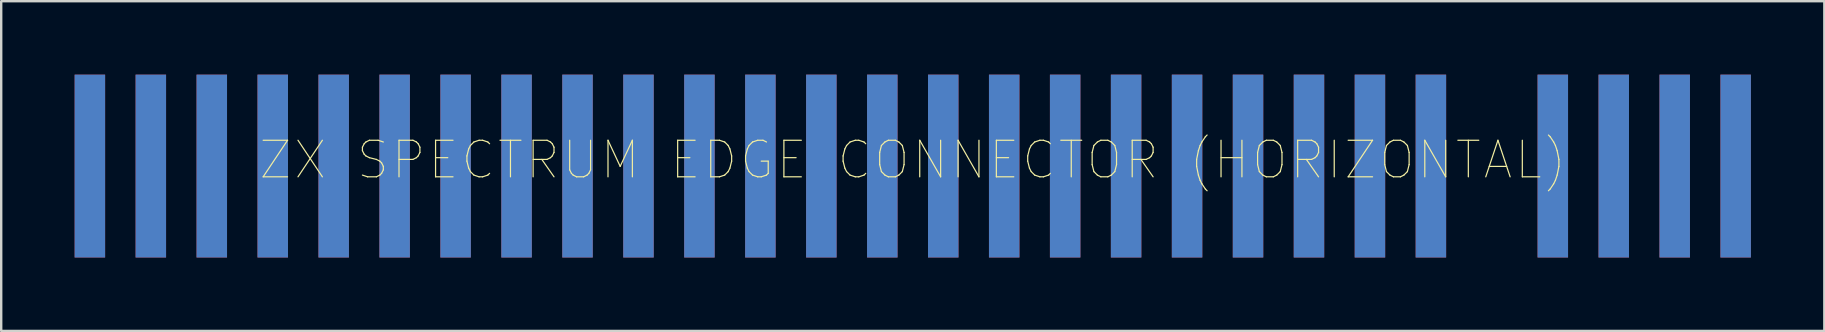
<source format=kicad_pcb>
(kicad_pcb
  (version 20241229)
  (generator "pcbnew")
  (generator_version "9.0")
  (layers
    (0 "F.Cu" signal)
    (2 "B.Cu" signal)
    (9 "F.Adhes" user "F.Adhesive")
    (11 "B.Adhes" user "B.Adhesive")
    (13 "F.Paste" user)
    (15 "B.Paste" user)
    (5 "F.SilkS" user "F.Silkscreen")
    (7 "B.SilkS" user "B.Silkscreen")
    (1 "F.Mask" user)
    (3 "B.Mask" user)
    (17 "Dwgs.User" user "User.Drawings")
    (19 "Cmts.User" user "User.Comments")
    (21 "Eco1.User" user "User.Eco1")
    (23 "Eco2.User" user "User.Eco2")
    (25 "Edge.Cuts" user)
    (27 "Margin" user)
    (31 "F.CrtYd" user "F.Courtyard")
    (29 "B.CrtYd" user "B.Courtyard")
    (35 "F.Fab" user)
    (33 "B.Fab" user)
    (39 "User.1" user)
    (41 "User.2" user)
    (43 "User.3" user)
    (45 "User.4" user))
  (footprint "ZX SPECTRUM EDGE CONNECTOR (HORIZONTAL)"
    (layer "F.Cu")
    (at 34.985 3.616)
    (property "Reference" "ZX SPECTRUM EDGE CONNECTOR (HORIZONTAL)" (at 0 0 0) (layer "F.SilkS") (effects (font (size 1.524 1.524) (thickness 0.05))))
    (attr smd)
    (fp_rect (start -34.925 4.064) (end -33.655 -3.556) (stroke (width 0.12) (type solid)) (fill yes) (layer "F.Mask"))
    (fp_rect (start -32.385 4.064) (end -31.115 -3.556) (stroke (width 0.12) (type solid)) (fill yes) (layer "F.Mask"))
    (fp_rect (start -29.845 4.064) (end -28.575 -3.556) (stroke (width 0.12) (type solid)) (fill yes) (layer "F.Mask"))
    (fp_rect (start -27.305 4.064) (end -26.035 -3.556) (stroke (width 0.12) (type solid)) (fill yes) (layer "F.Mask"))
    (fp_rect (start -24.765 4.064) (end -23.495 -3.556) (stroke (width 0.12) (type solid)) (fill yes) (layer "F.Mask"))
    (fp_rect (start -22.225 4.064) (end -20.955 -3.556) (stroke (width 0.12) (type solid)) (fill yes) (layer "F.Mask"))
    (fp_rect (start -19.685 4.064) (end -18.415 -3.556) (stroke (width 0.12) (type solid)) (fill yes) (layer "F.Mask"))
    (fp_rect (start -17.145 4.064) (end -15.875 -3.556) (stroke (width 0.12) (type solid)) (fill yes) (layer "F.Mask"))
    (fp_rect (start -14.605 4.064) (end -13.335 -3.556) (stroke (width 0.12) (type solid)) (fill yes) (layer "F.Mask"))
    (fp_rect (start -12.065 4.064) (end -10.795 -3.556) (stroke (width 0.12) (type solid)) (fill yes) (layer "F.Mask"))
    (fp_rect (start -9.525 4.064) (end -8.255 -3.556) (stroke (width 0.12) (type solid)) (fill yes) (layer "F.Mask"))
    (fp_rect (start -6.985 4.064) (end -5.715 -3.556) (stroke (width 0.12) (type solid)) (fill yes) (layer "F.Mask"))
    (fp_rect (start -4.445 4.064) (end -3.175 -3.556) (stroke (width 0.12) (type solid)) (fill yes) (layer "F.Mask"))
    (fp_rect (start -1.905 4.064) (end -0.635 -3.556) (stroke (width 0.12) (type solid)) (fill yes) (layer "F.Mask"))
    (fp_rect (start 0.635 4.064) (end 1.905 -3.556) (stroke (width 0.12) (type solid)) (fill yes) (layer "F.Mask"))
    (fp_rect (start 3.175 4.064) (end 4.445 -3.556) (stroke (width 0.12) (type solid)) (fill yes) (layer "F.Mask"))
    (fp_rect (start 5.715 4.064) (end 6.985 -3.556) (stroke (width 0.12) (type solid)) (fill yes) (layer "F.Mask"))
    (fp_rect (start 8.255 4.064) (end 9.525 -3.556) (stroke (width 0.12) (type solid)) (fill yes) (layer "F.Mask"))
    (fp_rect (start 10.795 4.064) (end 12.065 -3.556) (stroke (width 0.12) (type solid)) (fill yes) (layer "F.Mask"))
    (fp_rect (start 13.335 4.064) (end 14.605 -3.556) (stroke (width 0.12) (type solid)) (fill yes) (layer "F.Mask"))
    (fp_rect (start 15.875 4.064) (end 17.145 -3.556) (stroke (width 0.12) (type solid)) (fill yes) (layer "F.Mask"))
    (fp_rect (start 18.415 4.064) (end 19.685 -3.556) (stroke (width 0.12) (type solid)) (fill yes) (layer "F.Mask"))
    (fp_rect (start 20.955 4.064) (end 22.225 -3.556) (stroke (width 0.12) (type solid)) (fill yes) (layer "F.Mask"))
    (fp_rect (start 26.035 4.064) (end 27.305 -3.556) (stroke (width 0.12) (type solid)) (fill yes) (layer "F.Mask"))
    (fp_rect (start 28.575 4.064) (end 29.845 -3.556) (stroke (width 0.12) (type solid)) (fill yes) (layer "F.Mask"))
    (fp_rect (start 31.115 4.064) (end 32.385 -3.556) (stroke (width 0.12) (type solid)) (fill yes) (layer "F.Mask"))
    (fp_rect (start 33.655 4.064) (end 34.925 -3.556) (stroke (width 0.12) (type solid)) (fill yes) (layer "F.Mask"))
    (fp_rect (start -34.925 4.064) (end -33.655 -3.556) (stroke (width 0.12) (type solid)) (fill yes) (layer "B.Mask"))
    (fp_rect (start -32.385 4.064) (end -31.115 -3.556) (stroke (width 0.12) (type solid)) (fill yes) (layer "B.Mask"))
    (fp_rect (start -29.845 4.064) (end -28.575 -3.556) (stroke (width 0.12) (type solid)) (fill yes) (layer "B.Mask"))
    (fp_rect (start -27.305 4.064) (end -26.035 -3.556) (stroke (width 0.12) (type solid)) (fill yes) (layer "B.Mask"))
    (fp_rect (start -24.765 4.064) (end -23.495 -3.556) (stroke (width 0.12) (type solid)) (fill yes) (layer "B.Mask"))
    (fp_rect (start -22.225 4.064) (end -20.955 -3.556) (stroke (width 0.12) (type solid)) (fill yes) (layer "B.Mask"))
    (fp_rect (start -19.685 4.064) (end -18.415 -3.556) (stroke (width 0.12) (type solid)) (fill yes) (layer "B.Mask"))
    (fp_rect (start -17.145 4.064) (end -15.875 -3.556) (stroke (width 0.12) (type solid)) (fill yes) (layer "B.Mask"))
    (fp_rect (start -14.605 4.064) (end -13.335 -3.556) (stroke (width 0.12) (type solid)) (fill yes) (layer "B.Mask"))
    (fp_rect (start -12.065 4.064) (end -10.795 -3.556) (stroke (width 0.12) (type solid)) (fill yes) (layer "B.Mask"))
    (fp_rect (start -9.525 4.064) (end -8.255 -3.556) (stroke (width 0.12) (type solid)) (fill yes) (layer "B.Mask"))
    (fp_rect (start -6.985 4.064) (end -5.715 -3.556) (stroke (width 0.12) (type solid)) (fill yes) (layer "B.Mask"))
    (fp_rect (start -4.445 4.064) (end -3.175 -3.556) (stroke (width 0.12) (type solid)) (fill yes) (layer "B.Mask"))
    (fp_rect (start -1.905 4.064) (end -0.635 -3.556) (stroke (width 0.12) (type solid)) (fill yes) (layer "B.Mask"))
    (fp_rect (start 0.635 4.064) (end 1.905 -3.556) (stroke (width 0.12) (type solid)) (fill yes) (layer "B.Mask"))
    (fp_rect (start 3.175 4.064) (end 4.445 -3.556) (stroke (width 0.12) (type solid)) (fill yes) (layer "B.Mask"))
    (fp_rect (start 5.715 4.064) (end 6.985 -3.556) (stroke (width 0.12) (type solid)) (fill yes) (layer "B.Mask"))
    (fp_rect (start 8.255 4.064) (end 9.525 -3.556) (stroke (width 0.12) (type solid)) (fill yes) (layer "B.Mask"))
    (fp_rect (start 10.795 4.064) (end 12.065 -3.556) (stroke (width 0.12) (type solid)) (fill yes) (layer "B.Mask"))
    (fp_rect (start 13.335 4.064) (end 14.605 -3.556) (stroke (width 0.12) (type solid)) (fill yes) (layer "B.Mask"))
    (fp_rect (start 15.875 4.064) (end 17.145 -3.556) (stroke (width 0.12) (type solid)) (fill yes) (layer "B.Mask"))
    (fp_rect (start 18.415 4.064) (end 19.685 -3.556) (stroke (width 0.12) (type solid)) (fill yes) (layer "B.Mask"))
    (fp_rect (start 20.955 4.064) (end 22.225 -3.556) (stroke (width 0.12) (type solid)) (fill yes) (layer "B.Mask"))
    (fp_rect (start 26.035 4.064) (end 27.305 -3.556) (stroke (width 0.12) (type solid)) (fill yes) (layer "B.Mask"))
    (fp_rect (start 28.575 4.064) (end 29.845 -3.556) (stroke (width 0.12) (type solid)) (fill yes) (layer "B.Mask"))
    (fp_rect (start 31.115 4.064) (end 32.385 -3.556) (stroke (width 0.12) (type solid)) (fill yes) (layer "B.Mask"))
    (fp_rect (start 33.655 4.064) (end 34.925 -3.556) (stroke (width 0.12) (type solid)) (fill yes) (layer "B.Mask"))
    (pad "1" smd rect (at 34.29 0.254 180) (size 1.27 7.62) (layers "F.Cu"))
    (pad "2" smd rect (at 31.75 0.254 180) (size 1.27 7.62) (layers "F.Cu"))
    (pad "3" smd rect (at 29.21 0.254 180) (size 1.27 7.62) (layers "F.Cu"))
    (pad "4" smd rect (at 26.67 0.254 180) (size 1.27 7.62) (layers "F.Cu"))
    (pad "6" smd rect (at 21.59 0.254 180) (size 1.27 7.62) (layers "F.Cu"))
    (pad "7" smd rect (at 19.05 0.254 180) (size 1.27 7.62) (layers "F.Cu"))
    (pad "8" smd rect (at 16.51 0.254 180) (size 1.27 7.62) (layers "F.Cu"))
    (pad "9" smd rect (at 13.97 0.254 180) (size 1.27 7.62) (layers "F.Cu"))
    (pad "10" smd rect (at 11.43 0.254 180) (size 1.27 7.62) (layers "F.Cu"))
    (pad "11" smd rect (at 8.89 0.254 180) (size 1.27 7.62) (layers "F.Cu"))
    (pad "12" smd rect (at 6.35 0.254 180) (size 1.27 7.62) (layers "F.Cu"))
    (pad "13" smd rect (at 3.81 0.254 180) (size 1.27 7.62) (layers "F.Cu"))
    (pad "14" smd rect (at 1.27 0.254 180) (size 1.27 7.62) (layers "F.Cu"))
    (pad "15" smd rect (at -1.27 0.254 180) (size 1.27 7.62) (layers "F.Cu"))
    (pad "16" smd rect (at -3.81 0.254 180) (size 1.27 7.62) (layers "F.Cu"))
    (pad "17" smd rect (at -6.35 0.254 180) (size 1.27 7.62) (layers "F.Cu"))
    (pad "18" smd rect (at -8.89 0.254 180) (size 1.27 7.62) (layers "F.Cu"))
    (pad "19" smd rect (at -11.43 0.254 180) (size 1.27 7.62) (layers "F.Cu"))
    (pad "20" smd rect (at -13.97 0.254 180) (size 1.27 7.62) (layers "F.Cu"))
    (pad "21" smd rect (at -16.51 0.254 180) (size 1.27 7.62) (layers "F.Cu"))
    (pad "22" smd rect (at -19.05 0.254 180) (size 1.27 7.62) (layers "F.Cu"))
    (pad "23" smd rect (at -21.59 0.254 180) (size 1.27 7.62) (layers "F.Cu"))
    (pad "24" smd rect (at -24.13 0.254 180) (size 1.27 7.62) (layers "F.Cu"))
    (pad "25" smd rect (at -26.67 0.254 180) (size 1.27 7.62) (layers "F.Cu"))
    (pad "26" smd rect (at -29.21 0.254 180) (size 1.27 7.62) (layers "F.Cu"))
    (pad "27" smd rect (at -31.75 0.254 180) (size 1.27 7.62) (layers "F.Cu"))
    (pad "28" smd rect (at -34.29 0.254 180) (size 1.27 7.62) (layers "F.Cu"))
    (pad "29" smd rect (at 34.29 0.254 180) (size 1.27 7.62) (layers "B.Cu"))
    (pad "30" smd rect (at 31.75 0.254 180) (size 1.27 7.62) (layers "B.Cu"))
    (pad "31" smd rect (at 29.21 0.254 180) (size 1.27 7.62) (layers "B.Cu"))
    (pad "32" smd rect (at 26.67 0.254 180) (size 1.27 7.62) (layers "B.Cu"))
    (pad "34" smd rect (at 21.59 0.254 180) (size 1.27 7.62) (layers "B.Cu"))
    (pad "35" smd rect (at 19.05 0.254 180) (size 1.27 7.62) (layers "B.Cu"))
    (pad "36" smd rect (at 16.51 0.254 180) (size 1.27 7.62) (layers "B.Cu"))
    (pad "37" smd rect (at 13.97 0.254 180) (size 1.27 7.62) (layers "B.Cu"))
    (pad "38" smd rect (at 11.43 0.254 180) (size 1.27 7.62) (layers "B.Cu"))
    (pad "39" smd rect (at 8.89 0.254 180) (size 1.27 7.62) (layers "B.Cu"))
    (pad "40" smd rect (at 6.35 0.254 180) (size 1.27 7.62) (layers "B.Cu"))
    (pad "41" smd rect (at 3.81 0.254 180) (size 1.27 7.62) (layers "B.Cu"))
    (pad "42" smd rect (at 1.27 0.254 180) (size 1.27 7.62) (layers "B.Cu"))
    (pad "43" smd rect (at -1.27 0.254 180) (size 1.27 7.62) (layers "B.Cu"))
    (pad "44" smd rect (at -3.81 0.254 180) (size 1.27 7.62) (layers "B.Cu"))
    (pad "45" smd rect (at -6.35 0.254 180) (size 1.27 7.62) (layers "B.Cu"))
    (pad "46" smd rect (at -8.89 0.254 180) (size 1.27 7.62) (layers "B.Cu"))
    (pad "47" smd rect (at -11.43 0.254 180) (size 1.27 7.62) (layers "B.Cu"))
    (pad "48" smd rect (at -13.97 0.254 180) (size 1.27 7.62) (layers "B.Cu"))
    (pad "49" smd rect (at -16.51 0.254 180) (size 1.27 7.62) (layers "B.Cu"))
    (pad "50" smd rect (at -19.05 0.254 180) (size 1.27 7.62) (layers "B.Cu"))
    (pad "51" smd rect (at -21.59 0.254 180) (size 1.27 7.62) (layers "B.Cu"))
    (pad "52" smd rect (at -24.13 0.254 180) (size 1.27 7.62) (layers "B.Cu"))
    (pad "53" smd rect (at -26.67 0.254 180) (size 1.27 7.62) (layers "B.Cu"))
    (pad "54" smd rect (at -29.21 0.254 180) (size 1.27 7.62) (layers "B.Cu"))
    (pad "55" smd rect (at -31.75 0.254 180) (size 1.27 7.62) (layers "B.Cu"))
    (pad "56" smd rect (at -34.29 0.254 180) (size 1.27 7.62) (layers "B.Cu")))
  (gr_rect
    (start -3 -3)
    (end 72.97 10.74)
    (stroke (width 0.1) (type default))
    (fill no)
    (layer "Edge.Cuts")))
</source>
